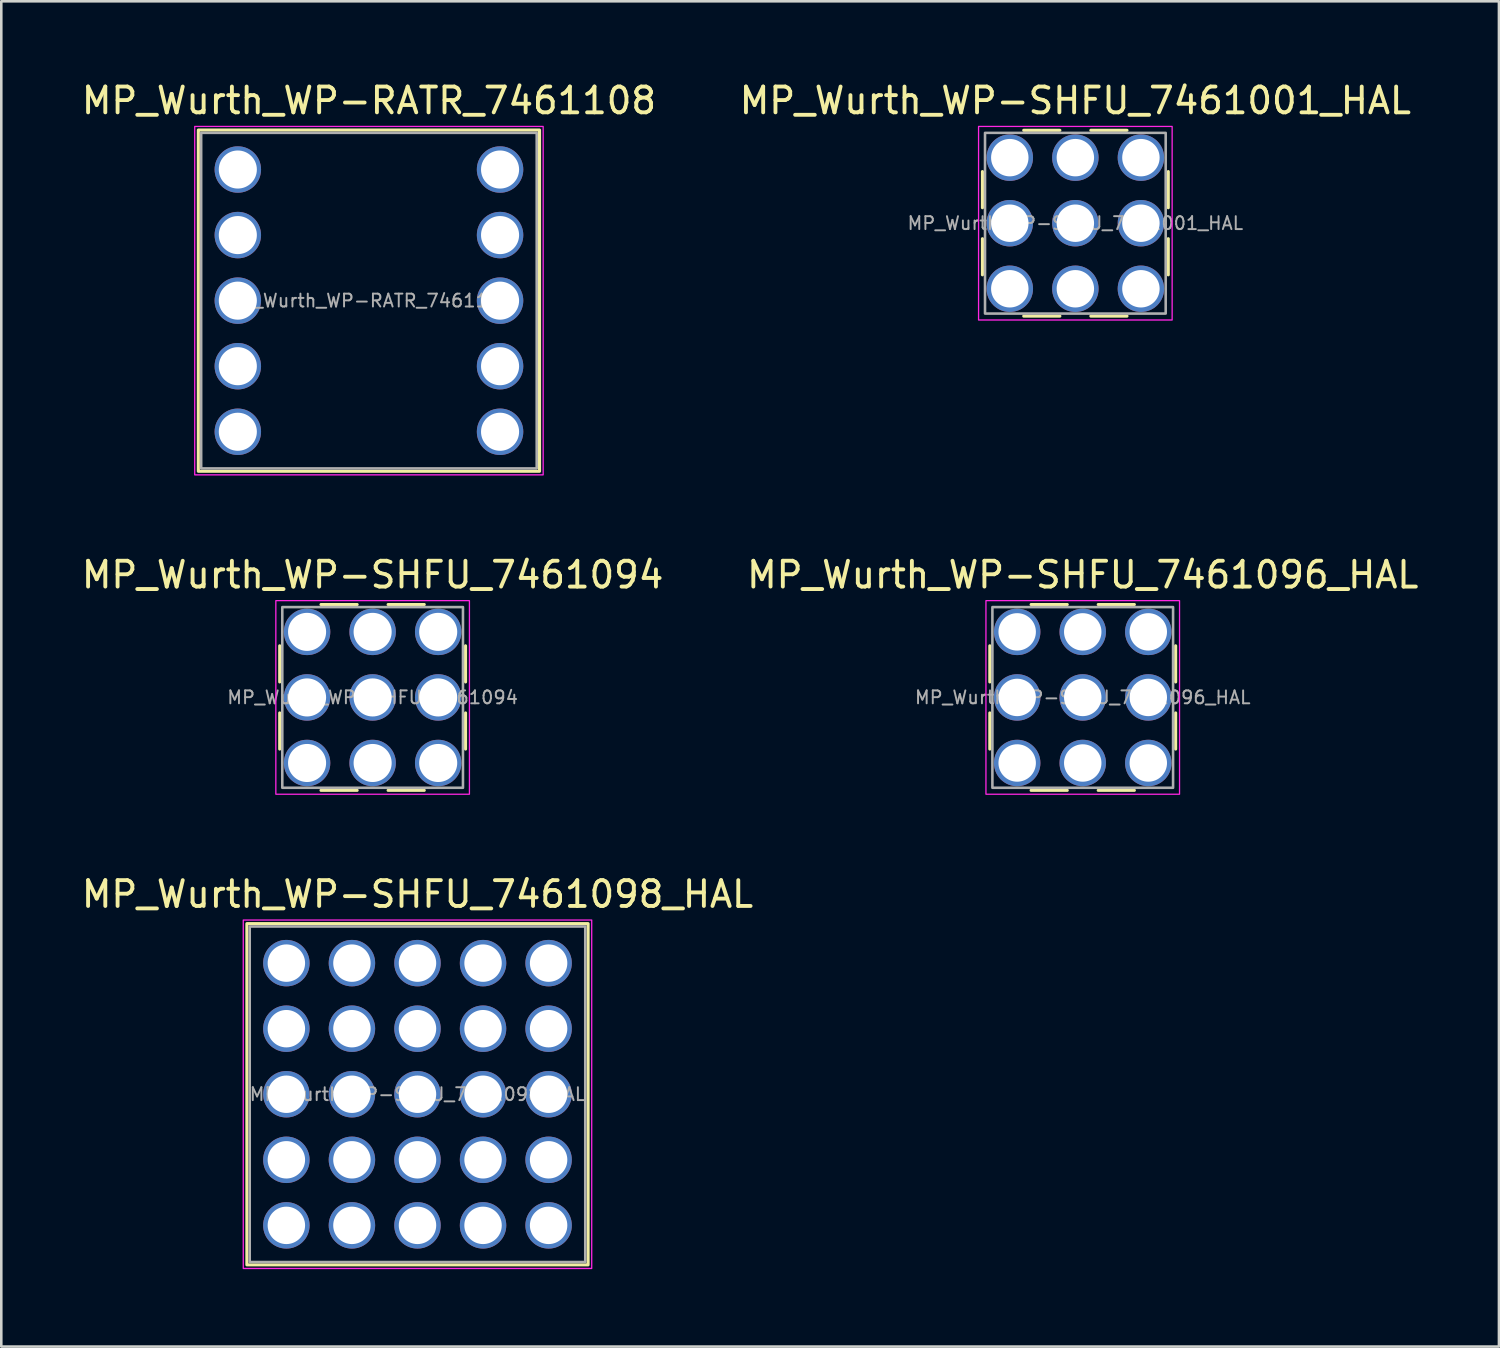
<source format=kicad_pcb>
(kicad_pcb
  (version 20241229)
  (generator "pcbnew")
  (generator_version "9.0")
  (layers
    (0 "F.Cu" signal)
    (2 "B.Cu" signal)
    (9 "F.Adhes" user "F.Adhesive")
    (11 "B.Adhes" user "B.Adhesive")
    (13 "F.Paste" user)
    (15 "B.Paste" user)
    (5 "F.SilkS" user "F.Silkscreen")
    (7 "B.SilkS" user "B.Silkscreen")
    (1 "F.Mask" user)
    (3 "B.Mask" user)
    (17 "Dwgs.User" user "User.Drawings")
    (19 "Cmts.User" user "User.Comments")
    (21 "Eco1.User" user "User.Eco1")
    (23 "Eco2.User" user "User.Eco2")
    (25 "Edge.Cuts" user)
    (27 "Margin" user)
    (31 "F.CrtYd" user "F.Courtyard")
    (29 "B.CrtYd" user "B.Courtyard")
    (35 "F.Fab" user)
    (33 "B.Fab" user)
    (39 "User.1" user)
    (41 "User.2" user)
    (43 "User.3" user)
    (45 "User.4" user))
  (footprint "MP_Wurth_WP-SHFU_7461098_HAL"
    (layer "F.Cu")
    (at 13.125 39.345)
    (property "Reference" "MP_Wurth_WP-SHFU_7461098_HAL" (at 0 -7.75 0) (unlocked yes) (layer "F.SilkS") (effects (font (size 1 1) (thickness 0.15))))
    (attr through_hole)
    (fp_rect (start -6.61 -6.61) (end 6.61 6.61) (stroke (width 0.12) (type solid)) (fill no) (layer "F.SilkS"))
    (fp_rect (start -6.75 -6.75) (end 6.75 6.75) (stroke (width 0.05) (type solid)) (fill no) (layer "F.CrtYd"))
    (fp_rect (start -6.5 -6.5) (end 6.5 6.5) (stroke (width 0.1) (type solid)) (fill no) (layer "F.Fab"))
    (fp_text user "${REFERENCE}" (at 0 0 0) (unlocked yes) (layer "F.Fab") (effects (font (size 0.5 0.5) (thickness 0.075))))
    (pad "1" thru_hole circle (at -5.08 -5.08) (size 1.8 1.8) (drill 1.45) (layers "*.Cu" "*.Mask"))
    (pad "1" thru_hole circle (at -5.08 -2.54) (size 1.8 1.8) (drill 1.45) (layers "*.Cu" "*.Mask"))
    (pad "1" thru_hole circle (at -5.08 0) (size 1.8 1.8) (drill 1.45) (layers "*.Cu" "*.Mask"))
    (pad "1" thru_hole circle (at -5.08 2.54) (size 1.8 1.8) (drill 1.45) (layers "*.Cu" "*.Mask"))
    (pad "1" thru_hole circle (at -5.08 5.08) (size 1.8 1.8) (drill 1.45) (layers "*.Cu" "*.Mask"))
    (pad "1" thru_hole circle (at -2.54 -5.08) (size 1.8 1.8) (drill 1.45) (layers "*.Cu" "*.Mask"))
    (pad "1" thru_hole circle (at -2.54 -2.54) (size 1.8 1.8) (drill 1.45) (layers "*.Cu" "*.Mask"))
    (pad "1" thru_hole circle (at -2.54 0) (size 1.8 1.8) (drill 1.45) (layers "*.Cu" "*.Mask"))
    (pad "1" thru_hole circle (at -2.54 2.54) (size 1.8 1.8) (drill 1.45) (layers "*.Cu" "*.Mask"))
    (pad "1" thru_hole circle (at -2.54 5.08) (size 1.8 1.8) (drill 1.45) (layers "*.Cu" "*.Mask"))
    (pad "1" thru_hole circle (at 0 -5.08) (size 1.8 1.8) (drill 1.45) (layers "*.Cu" "*.Mask"))
    (pad "1" thru_hole circle (at 0 -2.54) (size 1.8 1.8) (drill 1.45) (layers "*.Cu" "*.Mask"))
    (pad "1" thru_hole circle (at 0 0) (size 1.8 1.8) (drill 1.45) (layers "*.Cu" "*.Mask"))
    (pad "1" thru_hole circle (at 0 2.54) (size 1.8 1.8) (drill 1.45) (layers "*.Cu" "*.Mask"))
    (pad "1" thru_hole circle (at 0 5.08) (size 1.8 1.8) (drill 1.45) (layers "*.Cu" "*.Mask"))
    (pad "1" thru_hole circle (at 2.54 -5.08) (size 1.8 1.8) (drill 1.45) (layers "*.Cu" "*.Mask"))
    (pad "1" thru_hole circle (at 2.54 -2.54) (size 1.8 1.8) (drill 1.45) (layers "*.Cu" "*.Mask"))
    (pad "1" thru_hole circle (at 2.54 0) (size 1.8 1.8) (drill 1.45) (layers "*.Cu" "*.Mask"))
    (pad "1" thru_hole circle (at 2.54 2.54) (size 1.8 1.8) (drill 1.45) (layers "*.Cu" "*.Mask"))
    (pad "1" thru_hole circle (at 2.54 5.08) (size 1.8 1.8) (drill 1.45) (layers "*.Cu" "*.Mask"))
    (pad "1" thru_hole circle (at 5.08 -5.08) (size 1.8 1.8) (drill 1.45) (layers "*.Cu" "*.Mask"))
    (pad "1" thru_hole circle (at 5.08 -2.54) (size 1.8 1.8) (drill 1.45) (layers "*.Cu" "*.Mask"))
    (pad "1" thru_hole circle (at 5.08 0) (size 1.8 1.8) (drill 1.45) (layers "*.Cu" "*.Mask"))
    (pad "1" thru_hole circle (at 5.08 2.54) (size 1.8 1.8) (drill 1.45) (layers "*.Cu" "*.Mask"))
    (pad "1" thru_hole circle (at 5.08 5.08) (size 1.8 1.8) (drill 1.45) (layers "*.Cu" "*.Mask")))
  (footprint "MP_Wurth_WP-SHFU_7461001_HAL"
    (layer "F.Cu")
    (at 38.613 5.598)
    (property "Reference" "MP_Wurth_WP-SHFU_7461001_HAL" (at 0 -4.75 0) (unlocked yes) (layer "F.SilkS") (effects (font (size 1 1) (thickness 0.15))))
    (attr through_hole)
    (fp_line (start -3.6 -0.6) (end -3.6 -2) (stroke (width 0.12) (type solid)) (layer "F.SilkS"))
    (fp_line (start -3.6 2) (end -3.6 0.6) (stroke (width 0.12) (type solid)) (layer "F.SilkS"))
    (fp_line (start -2 -3.6) (end -0.6 -3.6) (stroke (width 0.12) (type solid)) (layer "F.SilkS"))
    (fp_line (start -0.6 3.6) (end -2 3.6) (stroke (width 0.12) (type solid)) (layer "F.SilkS"))
    (fp_line (start 0.6 -3.6) (end 2 -3.6) (stroke (width 0.12) (type solid)) (layer "F.SilkS"))
    (fp_line (start 2 3.6) (end 0.6 3.6) (stroke (width 0.12) (type solid)) (layer "F.SilkS"))
    (fp_line (start 3.6 -2) (end 3.6 -0.6) (stroke (width 0.12) (type solid)) (layer "F.SilkS"))
    (fp_line (start 3.6 0.6) (end 3.6 2) (stroke (width 0.12) (type solid)) (layer "F.SilkS"))
    (fp_rect (start -3.75 -3.75) (end 3.75 3.75) (stroke (width 0.05) (type solid)) (fill no) (layer "F.CrtYd"))
    (fp_rect (start -3.5 -3.5) (end 3.5 3.5) (stroke (width 0.1) (type solid)) (fill no) (layer "F.Fab"))
    (fp_text user "${REFERENCE}" (at 0 0 0) (unlocked yes) (layer "F.Fab") (effects (font (size 0.5 0.5) (thickness 0.075))))
    (pad "1" thru_hole circle (at -2.54 -2.54) (size 1.8 1.8) (drill 1.45) (layers "*.Cu" "*.Mask"))
    (pad "1" thru_hole circle (at -2.54 0) (size 1.8 1.8) (drill 1.45) (layers "*.Cu" "*.Mask"))
    (pad "1" thru_hole circle (at -2.54 2.54) (size 1.8 1.8) (drill 1.45) (layers "*.Cu" "*.Mask"))
    (pad "1" thru_hole circle (at 0 -2.54) (size 1.8 1.8) (drill 1.45) (layers "*.Cu" "*.Mask"))
    (pad "1" thru_hole circle (at 0 0) (size 1.8 1.8) (drill 1.45) (layers "*.Cu" "*.Mask"))
    (pad "1" thru_hole circle (at 0 2.54) (size 1.8 1.8) (drill 1.45) (layers "*.Cu" "*.Mask"))
    (pad "1" thru_hole circle (at 2.54 -2.54) (size 1.8 1.8) (drill 1.45) (layers "*.Cu" "*.Mask"))
    (pad "1" thru_hole circle (at 2.54 0) (size 1.8 1.8) (drill 1.45) (layers "*.Cu" "*.Mask"))
    (pad "1" thru_hole circle (at 2.54 2.54) (size 1.8 1.8) (drill 1.45) (layers "*.Cu" "*.Mask")))
  (footprint "MP_Wurth_WP-RATR_7461108"
    (layer "F.Cu")
    (at 11.244 8.598)
    (property "Reference" "MP_Wurth_WP-RATR_7461108" (at 0 -7.75 0) (unlocked yes) (layer "F.SilkS") (effects (font (size 1 1) (thickness 0.15))))
    (attr through_hole)
    (fp_rect (start -6.61 -6.61) (end 6.61 6.61) (stroke (width 0.12) (type default)) (fill no) (layer "F.SilkS"))
    (fp_rect (start -6.75 -6.75) (end 6.75 6.75) (stroke (width 0.05) (type solid)) (fill no) (layer "F.CrtYd"))
    (fp_rect (start -6.5 -6.5) (end 6.5 6.5) (stroke (width 0.1) (type solid)) (fill no) (layer "F.Fab"))
    (fp_text user "${REFERENCE}" (at 0 0 0) (unlocked yes) (layer "F.Fab") (effects (font (size 0.5 0.5) (thickness 0.075))))
    (pad "1" thru_hole circle (at -5.08 -5.08) (size 1.8 1.8) (drill 1.475) (layers "*.Cu" "*.Mask"))
    (pad "1" thru_hole circle (at -5.08 -2.54) (size 1.8 1.8) (drill 1.475) (layers "*.Cu" "*.Mask"))
    (pad "1" thru_hole circle (at -5.08 0) (size 1.8 1.8) (drill 1.475) (layers "*.Cu" "*.Mask"))
    (pad "1" thru_hole circle (at -5.08 2.54) (size 1.8 1.8) (drill 1.475) (layers "*.Cu" "*.Mask"))
    (pad "1" thru_hole circle (at -5.08 5.08) (size 1.8 1.8) (drill 1.475) (layers "*.Cu" "*.Mask"))
    (pad "1" thru_hole circle (at 5.08 -5.08) (size 1.8 1.8) (drill 1.475) (layers "*.Cu" "*.Mask"))
    (pad "1" thru_hole circle (at 5.08 -2.54) (size 1.8 1.8) (drill 1.475) (layers "*.Cu" "*.Mask"))
    (pad "1" thru_hole circle (at 5.08 0) (size 1.8 1.8) (drill 1.475) (layers "*.Cu" "*.Mask"))
    (pad "1" thru_hole circle (at 5.08 2.54) (size 1.8 1.8) (drill 1.475) (layers "*.Cu" "*.Mask"))
    (pad "1" thru_hole circle (at 5.08 5.08) (size 1.8 1.8) (drill 1.475) (layers "*.Cu" "*.Mask")))
  (footprint "MP_Wurth_WP-SHFU_7461094"
    (layer "F.Cu")
    (at 11.387 23.971)
    (property "Reference" "MP_Wurth_WP-SHFU_7461094" (at 0 -4.75 0) (unlocked yes) (layer "F.SilkS") (effects (font (size 1 1) (thickness 0.15))))
    (attr through_hole)
    (fp_line (start -3.6 -0.6) (end -3.6 -2) (stroke (width 0.12) (type solid)) (layer "F.SilkS"))
    (fp_line (start -3.6 2) (end -3.6 0.6) (stroke (width 0.12) (type solid)) (layer "F.SilkS"))
    (fp_line (start -2 -3.6) (end -0.6 -3.6) (stroke (width 0.12) (type solid)) (layer "F.SilkS"))
    (fp_line (start -0.6 3.6) (end -2 3.6) (stroke (width 0.12) (type solid)) (layer "F.SilkS"))
    (fp_line (start 0.6 -3.6) (end 2 -3.6) (stroke (width 0.12) (type solid)) (layer "F.SilkS"))
    (fp_line (start 2 3.6) (end 0.6 3.6) (stroke (width 0.12) (type solid)) (layer "F.SilkS"))
    (fp_line (start 3.6 -2) (end 3.6 -0.6) (stroke (width 0.12) (type solid)) (layer "F.SilkS"))
    (fp_line (start 3.6 0.6) (end 3.6 2) (stroke (width 0.12) (type solid)) (layer "F.SilkS"))
    (fp_rect (start -3.75 -3.75) (end 3.75 3.75) (stroke (width 0.05) (type solid)) (fill no) (layer "F.CrtYd"))
    (fp_rect (start -3.5 -3.5) (end 3.5 3.5) (stroke (width 0.1) (type solid)) (fill no) (layer "F.Fab"))
    (fp_text user "${REFERENCE}" (at 0 0 0) (unlocked yes) (layer "F.Fab") (effects (font (size 0.5 0.5) (thickness 0.075))))
    (pad "1" thru_hole circle (at -2.54 -2.54) (size 1.8 1.8) (drill 1.475) (layers "*.Cu" "*.Mask"))
    (pad "1" thru_hole circle (at -2.54 0) (size 1.8 1.8) (drill 1.475) (layers "*.Cu" "*.Mask"))
    (pad "1" thru_hole circle (at -2.54 2.54) (size 1.8 1.8) (drill 1.475) (layers "*.Cu" "*.Mask"))
    (pad "1" thru_hole circle (at 0 -2.54) (size 1.8 1.8) (drill 1.475) (layers "*.Cu" "*.Mask"))
    (pad "1" thru_hole circle (at 0 0) (size 1.8 1.8) (drill 1.475) (layers "*.Cu" "*.Mask"))
    (pad "1" thru_hole circle (at 0 2.54) (size 1.8 1.8) (drill 1.475) (layers "*.Cu" "*.Mask"))
    (pad "1" thru_hole circle (at 2.54 -2.54) (size 1.8 1.8) (drill 1.475) (layers "*.Cu" "*.Mask"))
    (pad "1" thru_hole circle (at 2.54 0) (size 1.8 1.8) (drill 1.475) (layers "*.Cu" "*.Mask"))
    (pad "1" thru_hole circle (at 2.54 2.54) (size 1.8 1.8) (drill 1.475) (layers "*.Cu" "*.Mask")))
  (footprint "MP_Wurth_WP-SHFU_7461096_HAL"
    (layer "F.Cu")
    (at 38.899 23.971)
    (property "Reference" "MP_Wurth_WP-SHFU_7461096_HAL" (at 0 -4.75 0) (unlocked yes) (layer "F.SilkS") (effects (font (size 1 1) (thickness 0.15))))
    (attr through_hole)
    (fp_line (start -3.6 -0.6) (end -3.6 -2) (stroke (width 0.12) (type solid)) (layer "F.SilkS"))
    (fp_line (start -3.6 2) (end -3.6 0.6) (stroke (width 0.12) (type solid)) (layer "F.SilkS"))
    (fp_line (start -2 -3.6) (end -0.6 -3.6) (stroke (width 0.12) (type solid)) (layer "F.SilkS"))
    (fp_line (start -0.6 3.6) (end -2 3.6) (stroke (width 0.12) (type solid)) (layer "F.SilkS"))
    (fp_line (start 0.6 -3.6) (end 2 -3.6) (stroke (width 0.12) (type solid)) (layer "F.SilkS"))
    (fp_line (start 2 3.6) (end 0.6 3.6) (stroke (width 0.12) (type solid)) (layer "F.SilkS"))
    (fp_line (start 3.6 -2) (end 3.6 -0.6) (stroke (width 0.12) (type solid)) (layer "F.SilkS"))
    (fp_line (start 3.6 0.6) (end 3.6 2) (stroke (width 0.12) (type solid)) (layer "F.SilkS"))
    (fp_rect (start -3.75 -3.75) (end 3.75 3.75) (stroke (width 0.05) (type solid)) (fill no) (layer "F.CrtYd"))
    (fp_rect (start -3.5 -3.5) (end 3.5 3.5) (stroke (width 0.1) (type solid)) (fill no) (layer "F.Fab"))
    (fp_text user "${REFERENCE}" (at 0 0 0) (unlocked yes) (layer "F.Fab") (effects (font (size 0.5 0.5) (thickness 0.075))))
    (pad "1" thru_hole circle (at -2.54 -2.54) (size 1.8 1.8) (drill 1.45) (layers "*.Cu" "*.Mask"))
    (pad "1" thru_hole circle (at -2.54 0) (size 1.8 1.8) (drill 1.45) (layers "*.Cu" "*.Mask"))
    (pad "1" thru_hole circle (at -2.54 2.54) (size 1.8 1.8) (drill 1.45) (layers "*.Cu" "*.Mask"))
    (pad "1" thru_hole circle (at 0 -2.54) (size 1.8 1.8) (drill 1.45) (layers "*.Cu" "*.Mask"))
    (pad "1" thru_hole circle (at 0 0) (size 1.8 1.8) (drill 1.45) (layers "*.Cu" "*.Mask"))
    (pad "1" thru_hole circle (at 0 2.54) (size 1.8 1.8) (drill 1.45) (layers "*.Cu" "*.Mask"))
    (pad "1" thru_hole circle (at 2.54 -2.54) (size 1.8 1.8) (drill 1.45) (layers "*.Cu" "*.Mask"))
    (pad "1" thru_hole circle (at 2.54 0) (size 1.8 1.8) (drill 1.45) (layers "*.Cu" "*.Mask"))
    (pad "1" thru_hole circle (at 2.54 2.54) (size 1.8 1.8) (drill 1.45) (layers "*.Cu" "*.Mask")))
  (gr_rect
    (start -3 -3)
    (end 55.024 49.12)
    (stroke (width 0.1) (type default))
    (fill no)
    (layer "Edge.Cuts")))
</source>
